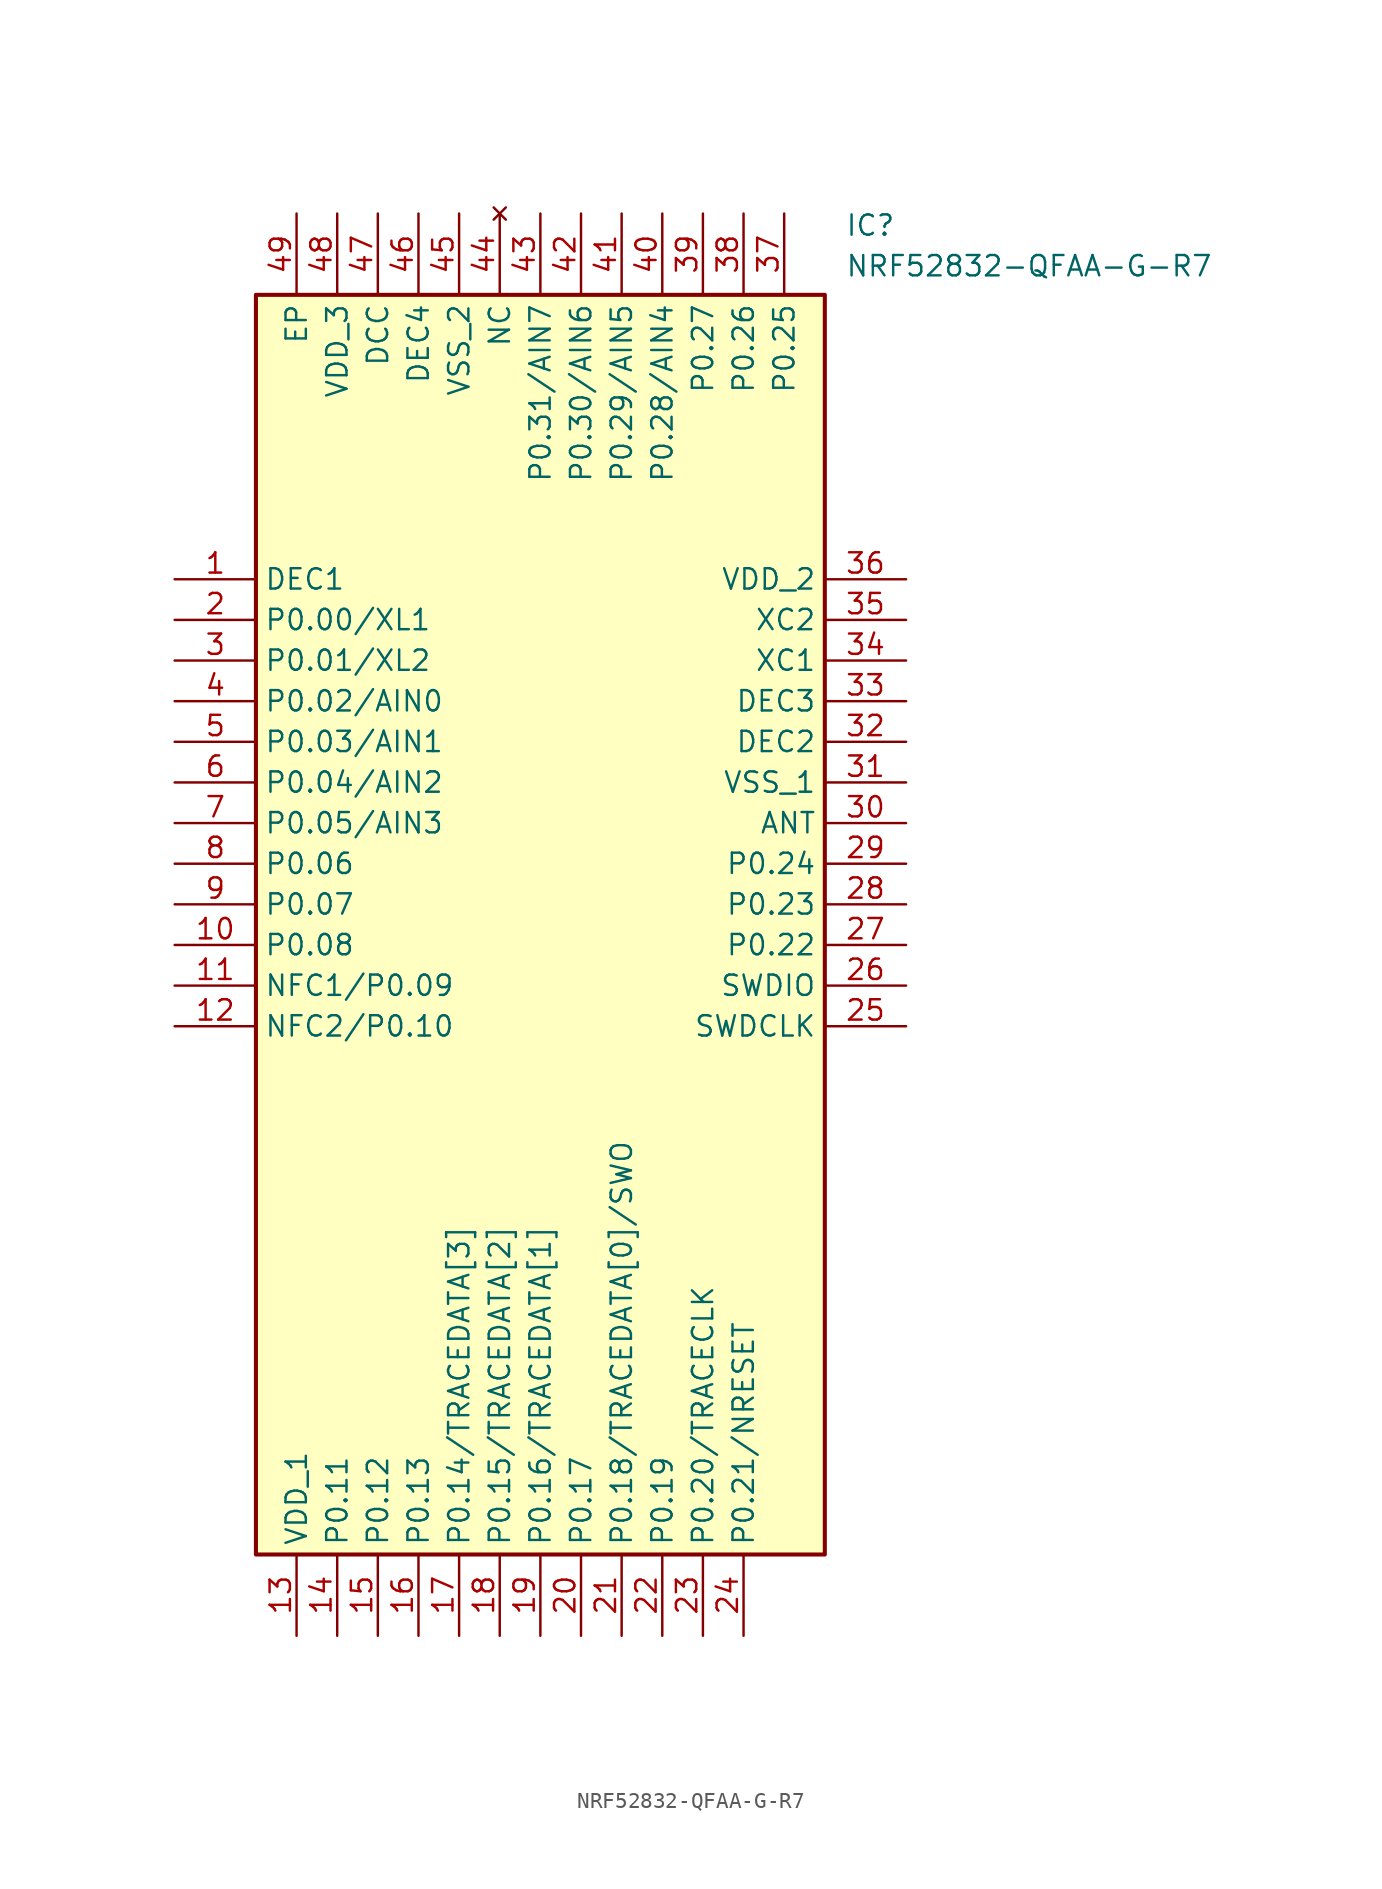
<source format=kicad_sym>
(kicad_symbol_lib
  (version 20211014)
  (generator SamacSys_ECAD_Model)
  (symbol "NRF52832-QFAA-G-R7"
    (property "Reference" "IC"
      (at 41.91 22.86 0)
      (effects (font (size 1.27 1.27)) (justify left top)))
    (property "Value" "NRF52832-QFAA-G-R7"
      (at 41.91 20.32 0)
      (effects (font (size 1.27 1.27)) (justify left top)))
    (rectangle
      (start 5.08 17.78)
      (end 40.64 -60.96)
      (stroke (width 0.254) (type default))
      (fill (type background)))
    (pin passive line
      (at 0 0 0)
      (length 5.08)
      (name "DEC1" (effects (font (size 1.27 1.27))))
      (number "1" (effects (font (size 1.27 1.27)))))
    (pin passive line
      (at 0 -2.54 0)
      (length 5.08)
      (name "P0.00/XL1" (effects (font (size 1.27 1.27))))
      (number "2" (effects (font (size 1.27 1.27)))))
    (pin passive line
      (at 0 -5.08 0)
      (length 5.08)
      (name "P0.01/XL2" (effects (font (size 1.27 1.27))))
      (number "3" (effects (font (size 1.27 1.27)))))
    (pin passive line
      (at 0 -7.62 0)
      (length 5.08)
      (name "P0.02/AIN0" (effects (font (size 1.27 1.27))))
      (number "4" (effects (font (size 1.27 1.27)))))
    (pin passive line
      (at 0 -10.16 0)
      (length 5.08)
      (name "P0.03/AIN1" (effects (font (size 1.27 1.27))))
      (number "5" (effects (font (size 1.27 1.27)))))
    (pin passive line
      (at 0 -12.7 0)
      (length 5.08)
      (name "P0.04/AIN2" (effects (font (size 1.27 1.27))))
      (number "6" (effects (font (size 1.27 1.27)))))
    (pin passive line
      (at 0 -15.24 0)
      (length 5.08)
      (name "P0.05/AIN3" (effects (font (size 1.27 1.27))))
      (number "7" (effects (font (size 1.27 1.27)))))
    (pin passive line
      (at 0 -17.78 0)
      (length 5.08)
      (name "P0.06" (effects (font (size 1.27 1.27))))
      (number "8" (effects (font (size 1.27 1.27)))))
    (pin passive line
      (at 0 -20.32 0)
      (length 5.08)
      (name "P0.07" (effects (font (size 1.27 1.27))))
      (number "9" (effects (font (size 1.27 1.27)))))
    (pin passive line
      (at 0 -22.86 0)
      (length 5.08)
      (name "P0.08" (effects (font (size 1.27 1.27))))
      (number "10" (effects (font (size 1.27 1.27)))))
    (pin passive line
      (at 0 -25.4 0)
      (length 5.08)
      (name "NFC1/P0.09" (effects (font (size 1.27 1.27))))
      (number "11" (effects (font (size 1.27 1.27)))))
    (pin passive line
      (at 0 -27.94 0)
      (length 5.08)
      (name "NFC2/P0.10" (effects (font (size 1.27 1.27))))
      (number "12" (effects (font (size 1.27 1.27)))))
    (pin passive line
      (at 7.62 -66.04 90)
      (length 5.08)
      (name "VDD_1" (effects (font (size 1.27 1.27))))
      (number "13" (effects (font (size 1.27 1.27)))))
    (pin passive line
      (at 10.16 -66.04 90)
      (length 5.08)
      (name "P0.11" (effects (font (size 1.27 1.27))))
      (number "14" (effects (font (size 1.27 1.27)))))
    (pin passive line
      (at 12.7 -66.04 90)
      (length 5.08)
      (name "P0.12" (effects (font (size 1.27 1.27))))
      (number "15" (effects (font (size 1.27 1.27)))))
    (pin passive line
      (at 15.24 -66.04 90)
      (length 5.08)
      (name "P0.13" (effects (font (size 1.27 1.27))))
      (number "16" (effects (font (size 1.27 1.27)))))
    (pin passive line
      (at 17.78 -66.04 90)
      (length 5.08)
      (name "P0.14/TRACEDATA[3]" (effects (font (size 1.27 1.27))))
      (number "17" (effects (font (size 1.27 1.27)))))
    (pin passive line
      (at 20.32 -66.04 90)
      (length 5.08)
      (name "P0.15/TRACEDATA[2]" (effects (font (size 1.27 1.27))))
      (number "18" (effects (font (size 1.27 1.27)))))
    (pin passive line
      (at 22.86 -66.04 90)
      (length 5.08)
      (name "P0.16/TRACEDATA[1]" (effects (font (size 1.27 1.27))))
      (number "19" (effects (font (size 1.27 1.27)))))
    (pin passive line
      (at 25.4 -66.04 90)
      (length 5.08)
      (name "P0.17" (effects (font (size 1.27 1.27))))
      (number "20" (effects (font (size 1.27 1.27)))))
    (pin passive line
      (at 27.94 -66.04 90)
      (length 5.08)
      (name "P0.18/TRACEDATA[0]/SWO" (effects (font (size 1.27 1.27))))
      (number "21" (effects (font (size 1.27 1.27)))))
    (pin passive line
      (at 30.48 -66.04 90)
      (length 5.08)
      (name "P0.19" (effects (font (size 1.27 1.27))))
      (number "22" (effects (font (size 1.27 1.27)))))
    (pin passive line
      (at 33.02 -66.04 90)
      (length 5.08)
      (name "P0.20/TRACECLK" (effects (font (size 1.27 1.27))))
      (number "23" (effects (font (size 1.27 1.27)))))
    (pin passive line
      (at 35.56 -66.04 90)
      (length 5.08)
      (name "P0.21/NRESET" (effects (font (size 1.27 1.27))))
      (number "24" (effects (font (size 1.27 1.27)))))
    (pin passive line
      (at 45.72 0 180)
      (length 5.08)
      (name "VDD_2" (effects (font (size 1.27 1.27))))
      (number "36" (effects (font (size 1.27 1.27)))))
    (pin passive line
      (at 45.72 -2.54 180)
      (length 5.08)
      (name "XC2" (effects (font (size 1.27 1.27))))
      (number "35" (effects (font (size 1.27 1.27)))))
    (pin passive line
      (at 45.72 -5.08 180)
      (length 5.08)
      (name "XC1" (effects (font (size 1.27 1.27))))
      (number "34" (effects (font (size 1.27 1.27)))))
    (pin passive line
      (at 45.72 -7.62 180)
      (length 5.08)
      (name "DEC3" (effects (font (size 1.27 1.27))))
      (number "33" (effects (font (size 1.27 1.27)))))
    (pin passive line
      (at 45.72 -10.16 180)
      (length 5.08)
      (name "DEC2" (effects (font (size 1.27 1.27))))
      (number "32" (effects (font (size 1.27 1.27)))))
    (pin passive line
      (at 45.72 -12.7 180)
      (length 5.08)
      (name "VSS_1" (effects (font (size 1.27 1.27))))
      (number "31" (effects (font (size 1.27 1.27)))))
    (pin passive line
      (at 45.72 -15.24 180)
      (length 5.08)
      (name "ANT" (effects (font (size 1.27 1.27))))
      (number "30" (effects (font (size 1.27 1.27)))))
    (pin passive line
      (at 45.72 -17.78 180)
      (length 5.08)
      (name "P0.24" (effects (font (size 1.27 1.27))))
      (number "29" (effects (font (size 1.27 1.27)))))
    (pin passive line
      (at 45.72 -20.32 180)
      (length 5.08)
      (name "P0.23" (effects (font (size 1.27 1.27))))
      (number "28" (effects (font (size 1.27 1.27)))))
    (pin passive line
      (at 45.72 -22.86 180)
      (length 5.08)
      (name "P0.22" (effects (font (size 1.27 1.27))))
      (number "27" (effects (font (size 1.27 1.27)))))
    (pin passive line
      (at 45.72 -25.4 180)
      (length 5.08)
      (name "SWDIO" (effects (font (size 1.27 1.27))))
      (number "26" (effects (font (size 1.27 1.27)))))
    (pin passive line
      (at 45.72 -27.94 180)
      (length 5.08)
      (name "SWDCLK" (effects (font (size 1.27 1.27))))
      (number "25" (effects (font (size 1.27 1.27)))))
    (pin passive line
      (at 7.62 22.86 270)
      (length 5.08)
      (name "EP" (effects (font (size 1.27 1.27))))
      (number "49" (effects (font (size 1.27 1.27)))))
    (pin passive line
      (at 10.16 22.86 270)
      (length 5.08)
      (name "VDD_3" (effects (font (size 1.27 1.27))))
      (number "48" (effects (font (size 1.27 1.27)))))
    (pin passive line
      (at 12.7 22.86 270)
      (length 5.08)
      (name "DCC" (effects (font (size 1.27 1.27))))
      (number "47" (effects (font (size 1.27 1.27)))))
    (pin passive line
      (at 15.24 22.86 270)
      (length 5.08)
      (name "DEC4" (effects (font (size 1.27 1.27))))
      (number "46" (effects (font (size 1.27 1.27)))))
    (pin passive line
      (at 17.78 22.86 270)
      (length 5.08)
      (name "VSS_2" (effects (font (size 1.27 1.27))))
      (number "45" (effects (font (size 1.27 1.27)))))
    (pin no_connect line
      (at 20.32 22.86 270)
      (length 5.08)
      (name "NC" (effects (font (size 1.27 1.27))))
      (number "44" (effects (font (size 1.27 1.27)))))
    (pin passive line
      (at 22.86 22.86 270)
      (length 5.08)
      (name "P0.31/AIN7" (effects (font (size 1.27 1.27))))
      (number "43" (effects (font (size 1.27 1.27)))))
    (pin passive line
      (at 25.4 22.86 270)
      (length 5.08)
      (name "P0.30/AIN6" (effects (font (size 1.27 1.27))))
      (number "42" (effects (font (size 1.27 1.27)))))
    (pin passive line
      (at 27.94 22.86 270)
      (length 5.08)
      (name "P0.29/AIN5" (effects (font (size 1.27 1.27))))
      (number "41" (effects (font (size 1.27 1.27)))))
    (pin passive line
      (at 30.48 22.86 270)
      (length 5.08)
      (name "P0.28/AIN4" (effects (font (size 1.27 1.27))))
      (number "40" (effects (font (size 1.27 1.27)))))
    (pin passive line
      (at 33.02 22.86 270)
      (length 5.08)
      (name "P0.27" (effects (font (size 1.27 1.27))))
      (number "39" (effects (font (size 1.27 1.27)))))
    (pin passive line
      (at 35.56 22.86 270)
      (length 5.08)
      (name "P0.26" (effects (font (size 1.27 1.27))))
      (number "38" (effects (font (size 1.27 1.27)))))
    (pin passive line
      (at 38.1 22.86 270)
      (length 5.08)
      (name "P0.25" (effects (font (size 1.27 1.27))))
      (number "37" (effects (font (size 1.27 1.27)))))))
</source>
